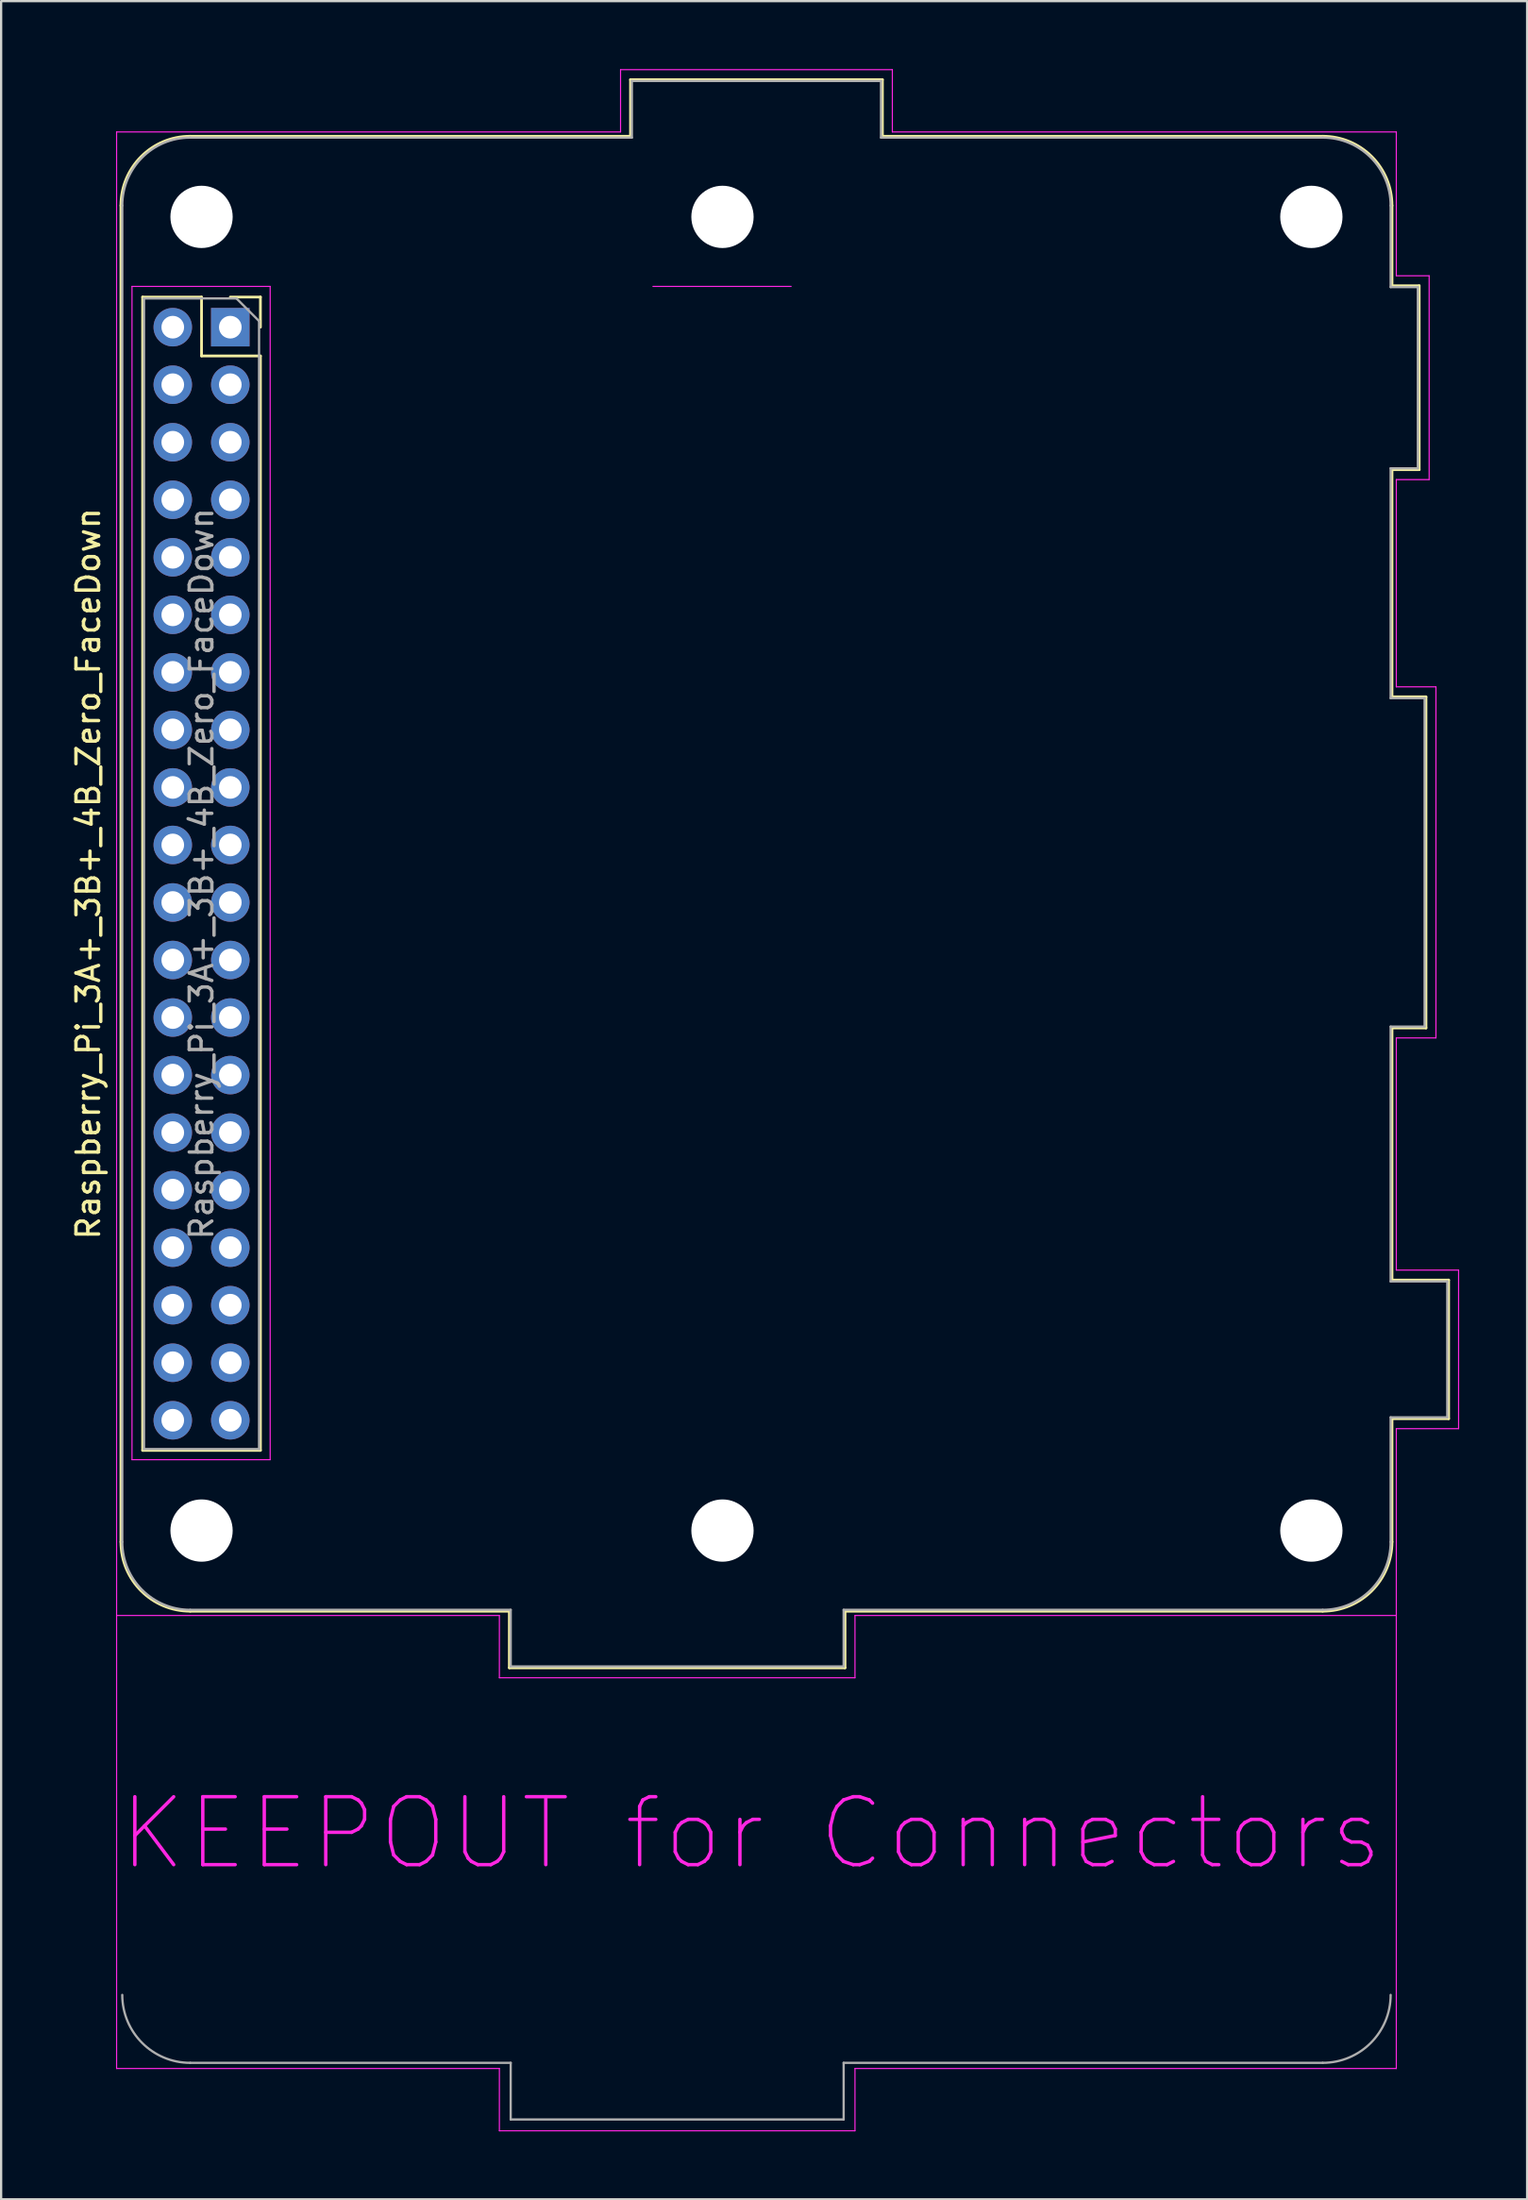
<source format=kicad_pcb>
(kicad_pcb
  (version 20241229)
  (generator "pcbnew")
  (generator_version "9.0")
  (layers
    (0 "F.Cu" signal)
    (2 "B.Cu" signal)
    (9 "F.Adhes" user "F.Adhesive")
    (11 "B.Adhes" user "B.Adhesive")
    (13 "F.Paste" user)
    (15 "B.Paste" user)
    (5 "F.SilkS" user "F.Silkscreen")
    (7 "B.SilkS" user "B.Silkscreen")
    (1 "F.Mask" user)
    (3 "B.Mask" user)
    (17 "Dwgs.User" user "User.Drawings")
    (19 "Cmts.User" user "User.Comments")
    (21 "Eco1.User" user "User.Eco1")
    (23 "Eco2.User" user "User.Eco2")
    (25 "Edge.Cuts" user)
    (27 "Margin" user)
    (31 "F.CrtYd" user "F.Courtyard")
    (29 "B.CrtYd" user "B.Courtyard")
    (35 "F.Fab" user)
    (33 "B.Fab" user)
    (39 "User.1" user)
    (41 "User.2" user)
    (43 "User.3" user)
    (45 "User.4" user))
  (footprint "Raspberry_Pi_3A+_3B+_4B_Zero_FaceDown"
    (layer "F.Cu")
    (at 7.118 11.395)
    (property "Reference" "Raspberry_Pi_3A+_3B+_4B_Zero_FaceDown" (at -6.27 24.13 90) (layer "F.SilkS") (effects (font (size 1 1) (thickness 0.15))))
    (attr through_hole)
    (fp_line (start -4.83 53.63) (end -4.83 -5.37) (stroke (width 0.12) (type solid)) (layer "F.SilkS"))
    (fp_line (start -3.87 -1.33) (end -3.87 49.59) (stroke (width 0.12) (type solid)) (layer "F.SilkS"))
    (fp_line (start -3.87 -1.33) (end -1.27 -1.33) (stroke (width 0.12) (type solid)) (layer "F.SilkS"))
    (fp_line (start -3.87 49.59) (end 1.33 49.59) (stroke (width 0.12) (type solid)) (layer "F.SilkS"))
    (fp_line (start -1.77 -8.43) (end 17.67 -8.43) (stroke (width 0.12) (type solid)) (layer "F.SilkS"))
    (fp_line (start -1.77 56.69) (end 12.32 56.69) (stroke (width 0.12) (type solid)) (layer "F.SilkS"))
    (fp_line (start -1.27 -1.33) (end -1.27 1.27) (stroke (width 0.12) (type solid)) (layer "F.SilkS"))
    (fp_line (start -1.27 1.27) (end 1.33 1.27) (stroke (width 0.12) (type solid)) (layer "F.SilkS"))
    (fp_line (start 0 -1.33) (end 1.33 -1.33) (stroke (width 0.12) (type solid)) (layer "F.SilkS"))
    (fp_line (start 1.33 -1.33) (end 1.33 0) (stroke (width 0.12) (type solid)) (layer "F.SilkS"))
    (fp_line (start 1.33 1.27) (end 1.33 49.59) (stroke (width 0.12) (type solid)) (layer "F.SilkS"))
    (fp_line (start 12.32 56.69) (end 12.32 59.19) (stroke (width 0.12) (type solid)) (layer "F.SilkS"))
    (fp_line (start 12.32 59.19) (end 27.14 59.19) (stroke (width 0.12) (type solid)) (layer "F.SilkS"))
    (fp_line (start 17.67 -10.93) (end 17.67 -8.43) (stroke (width 0.12) (type solid)) (layer "F.SilkS"))
    (fp_line (start 27.14 56.69) (end 48.23 56.69) (stroke (width 0.12) (type solid)) (layer "F.SilkS"))
    (fp_line (start 27.14 59.19) (end 27.14 56.69) (stroke (width 0.12) (type solid)) (layer "F.SilkS"))
    (fp_line (start 28.79 -10.93) (end 17.67 -10.93) (stroke (width 0.12) (type solid)) (layer "F.SilkS"))
    (fp_line (start 28.79 -8.43) (end 28.79 -10.93) (stroke (width 0.12) (type solid)) (layer "F.SilkS"))
    (fp_line (start 48.23 -8.43) (end 28.79 -8.43) (stroke (width 0.12) (type solid)) (layer "F.SilkS"))
    (fp_line (start 51.29 -5.37) (end 51.29 -1.83) (stroke (width 0.12) (type solid)) (layer "F.SilkS"))
    (fp_line (start 51.29 -1.83) (end 52.49 -1.83) (stroke (width 0.12) (type solid)) (layer "F.SilkS"))
    (fp_line (start 51.29 6.29) (end 51.29 16.32) (stroke (width 0.12) (type solid)) (layer "F.SilkS"))
    (fp_line (start 51.29 16.32) (end 52.79 16.32) (stroke (width 0.12) (type solid)) (layer "F.SilkS"))
    (fp_line (start 51.29 30.94) (end 51.29 42.07) (stroke (width 0.12) (type solid)) (layer "F.SilkS"))
    (fp_line (start 51.29 42.07) (end 53.79 42.07) (stroke (width 0.12) (type solid)) (layer "F.SilkS"))
    (fp_line (start 51.29 48.19) (end 51.29 53.63) (stroke (width 0.12) (type solid)) (layer "F.SilkS"))
    (fp_line (start 52.49 -1.83) (end 52.49 6.29) (stroke (width 0.12) (type solid)) (layer "F.SilkS"))
    (fp_line (start 52.49 6.29) (end 51.29 6.29) (stroke (width 0.12) (type solid)) (layer "F.SilkS"))
    (fp_line (start 52.79 16.32) (end 52.79 30.94) (stroke (width 0.12) (type solid)) (layer "F.SilkS"))
    (fp_line (start 52.79 30.94) (end 51.29 30.94) (stroke (width 0.12) (type solid)) (layer "F.SilkS"))
    (fp_line (start 53.79 42.07) (end 53.79 48.19) (stroke (width 0.12) (type solid)) (layer "F.SilkS"))
    (fp_line (start 53.79 48.19) (end 51.29 48.19) (stroke (width 0.12) (type solid)) (layer "F.SilkS"))
    (fp_arc (start -4.83 -5.37) (mid -3.933747 -7.533747) (end -1.77 -8.43) (stroke (width 0.12) (type solid)) (layer "F.SilkS"))
    (fp_arc (start -1.77 56.69) (mid -3.933747 55.793747) (end -4.83 53.63) (stroke (width 0.12) (type solid)) (layer "F.SilkS"))
    (fp_arc (start 48.23 -8.43) (mid 50.393747 -7.533747) (end 51.29 -5.37) (stroke (width 0.12) (type solid)) (layer "F.SilkS"))
    (fp_arc (start 51.29 53.63) (mid 50.393747 55.793747) (end 48.23 56.69) (stroke (width 0.12) (type solid)) (layer "F.SilkS"))
    (fp_line (start -5.02 -8.62) (end 17.23 -8.62) (stroke (width 0.05) (type solid)) (layer "F.CrtYd"))
    (fp_line (start -5.02 76.88) (end -5.02 -8.62) (stroke (width 0.05) (type solid)) (layer "F.CrtYd"))
    (fp_line (start -4.34 -1.8) (end 1.76 -1.8) (stroke (width 0.05) (type solid)) (layer "F.CrtYd"))
    (fp_line (start -4.34 50) (end -4.34 -1.8) (stroke (width 0.05) (type solid)) (layer "F.CrtYd"))
    (fp_line (start 1.76 -1.8) (end 1.76 50) (stroke (width 0.05) (type solid)) (layer "F.CrtYd"))
    (fp_line (start 1.76 50) (end -4.34 50) (stroke (width 0.05) (type solid)) (layer "F.CrtYd"))
    (fp_line (start 11.88 56.88) (end -5.02 56.88) (stroke (width 0.05) (type solid)) (layer "F.CrtYd"))
    (fp_line (start 11.88 59.63) (end 11.88 56.88) (stroke (width 0.05) (type solid)) (layer "F.CrtYd"))
    (fp_line (start 11.88 76.88) (end -5.02 76.88) (stroke (width 0.05) (type solid)) (layer "F.CrtYd"))
    (fp_line (start 11.88 79.63) (end 11.88 76.88) (stroke (width 0.05) (type solid)) (layer "F.CrtYd"))
    (fp_line (start 17.23 -11.37) (end 29.23 -11.37) (stroke (width 0.05) (type solid)) (layer "F.CrtYd"))
    (fp_line (start 17.23 -8.62) (end 17.23 -11.37) (stroke (width 0.05) (type solid)) (layer "F.CrtYd"))
    (fp_line (start 18.66 -1.8) (end 24.76 -1.8) (stroke (width 0.05) (type solid)) (layer "F.CrtYd"))
    (fp_line (start 27.58 56.88) (end 27.58 59.63) (stroke (width 0.05) (type solid)) (layer "F.CrtYd"))
    (fp_line (start 27.58 59.63) (end 11.88 59.63) (stroke (width 0.05) (type solid)) (layer "F.CrtYd"))
    (fp_line (start 27.58 76.88) (end 27.58 79.63) (stroke (width 0.05) (type solid)) (layer "F.CrtYd"))
    (fp_line (start 27.58 79.63) (end 11.88 79.63) (stroke (width 0.05) (type solid)) (layer "F.CrtYd"))
    (fp_line (start 29.23 -11.37) (end 29.23 -8.62) (stroke (width 0.05) (type solid)) (layer "F.CrtYd"))
    (fp_line (start 29.23 -8.62) (end 51.48 -8.62) (stroke (width 0.05) (type solid)) (layer "F.CrtYd"))
    (fp_line (start 51.48 -8.62) (end 51.48 -2.27) (stroke (width 0.05) (type solid)) (layer "F.CrtYd"))
    (fp_line (start 51.48 -2.27) (end 52.93 -2.27) (stroke (width 0.05) (type solid)) (layer "F.CrtYd"))
    (fp_line (start 51.48 6.73) (end 51.48 15.88) (stroke (width 0.05) (type solid)) (layer "F.CrtYd"))
    (fp_line (start 51.48 15.88) (end 53.23 15.88) (stroke (width 0.05) (type solid)) (layer "F.CrtYd"))
    (fp_line (start 51.48 31.38) (end 51.48 41.63) (stroke (width 0.05) (type solid)) (layer "F.CrtYd"))
    (fp_line (start 51.48 41.63) (end 54.23 41.63) (stroke (width 0.05) (type solid)) (layer "F.CrtYd"))
    (fp_line (start 51.48 48.63) (end 51.48 76.88) (stroke (width 0.05) (type solid)) (layer "F.CrtYd"))
    (fp_line (start 51.48 56.88) (end 27.58 56.88) (stroke (width 0.05) (type solid)) (layer "F.CrtYd"))
    (fp_line (start 51.48 76.88) (end 27.58 76.88) (stroke (width 0.05) (type solid)) (layer "F.CrtYd"))
    (fp_line (start 52.93 -2.27) (end 52.93 6.73) (stroke (width 0.05) (type solid)) (layer "F.CrtYd"))
    (fp_line (start 52.93 6.73) (end 51.48 6.73) (stroke (width 0.05) (type solid)) (layer "F.CrtYd"))
    (fp_line (start 53.23 15.88) (end 53.23 31.38) (stroke (width 0.05) (type solid)) (layer "F.CrtYd"))
    (fp_line (start 53.23 31.38) (end 51.48 31.38) (stroke (width 0.05) (type solid)) (layer "F.CrtYd"))
    (fp_line (start 54.23 41.63) (end 54.23 48.63) (stroke (width 0.05) (type solid)) (layer "F.CrtYd"))
    (fp_line (start 54.23 48.63) (end 51.48 48.63) (stroke (width 0.05) (type solid)) (layer "F.CrtYd"))
    (fp_line (start -4.77 53.63) (end -4.77 -5.37) (stroke (width 0.1) (type solid)) (layer "F.Fab"))
    (fp_line (start -3.81 -1.27) (end 0.27 -1.27) (stroke (width 0.1) (type solid)) (layer "F.Fab"))
    (fp_line (start -3.81 49.53) (end -3.81 -1.27) (stroke (width 0.1) (type solid)) (layer "F.Fab"))
    (fp_line (start -1.77 -8.37) (end 17.73 -8.37) (stroke (width 0.1) (type solid)) (layer "F.Fab"))
    (fp_line (start 0.27 -1.27) (end 1.27 -0.27) (stroke (width 0.1) (type solid)) (layer "F.Fab"))
    (fp_line (start 1.27 -0.27) (end 1.27 49.53) (stroke (width 0.1) (type solid)) (layer "F.Fab"))
    (fp_line (start 1.27 49.53) (end -3.81 49.53) (stroke (width 0.1) (type solid)) (layer "F.Fab"))
    (fp_line (start 12.38 56.63) (end -1.77 56.63) (stroke (width 0.1) (type solid)) (layer "F.Fab"))
    (fp_line (start 12.38 59.13) (end 12.38 56.63) (stroke (width 0.1) (type solid)) (layer "F.Fab"))
    (fp_line (start 12.38 76.63) (end -1.77 76.63) (stroke (width 0.1) (type solid)) (layer "F.Fab"))
    (fp_line (start 12.38 79.13) (end 12.38 76.63) (stroke (width 0.1) (type solid)) (layer "F.Fab"))
    (fp_line (start 17.73 -10.87) (end 17.73 -8.37) (stroke (width 0.1) (type solid)) (layer "F.Fab"))
    (fp_line (start 27.08 56.63) (end 27.08 59.13) (stroke (width 0.1) (type solid)) (layer "F.Fab"))
    (fp_line (start 27.08 59.13) (end 12.38 59.13) (stroke (width 0.1) (type solid)) (layer "F.Fab"))
    (fp_line (start 27.08 76.63) (end 27.08 79.13) (stroke (width 0.1) (type solid)) (layer "F.Fab"))
    (fp_line (start 27.08 79.13) (end 12.38 79.13) (stroke (width 0.1) (type solid)) (layer "F.Fab"))
    (fp_line (start 28.73 -10.87) (end 17.73 -10.87) (stroke (width 0.1) (type solid)) (layer "F.Fab"))
    (fp_line (start 28.73 -8.37) (end 28.73 -10.87) (stroke (width 0.1) (type solid)) (layer "F.Fab"))
    (fp_line (start 48.23 -8.37) (end 28.73 -8.37) (stroke (width 0.1) (type solid)) (layer "F.Fab"))
    (fp_line (start 48.23 56.63) (end 27.08 56.63) (stroke (width 0.1) (type solid)) (layer "F.Fab"))
    (fp_line (start 48.23 76.63) (end 27.08 76.63) (stroke (width 0.1) (type solid)) (layer "F.Fab"))
    (fp_line (start 51.23 -5.37) (end 51.23 -1.77) (stroke (width 0.1) (type solid)) (layer "F.Fab"))
    (fp_line (start 51.23 -1.77) (end 52.43 -1.77) (stroke (width 0.1) (type solid)) (layer "F.Fab"))
    (fp_line (start 51.23 6.23) (end 51.23 16.38) (stroke (width 0.1) (type solid)) (layer "F.Fab"))
    (fp_line (start 51.23 16.38) (end 52.73 16.38) (stroke (width 0.1) (type solid)) (layer "F.Fab"))
    (fp_line (start 51.23 30.88) (end 51.23 42.13) (stroke (width 0.1) (type solid)) (layer "F.Fab"))
    (fp_line (start 51.23 42.13) (end 53.73 42.13) (stroke (width 0.1) (type solid)) (layer "F.Fab"))
    (fp_line (start 51.23 48.13) (end 51.23 53.63) (stroke (width 0.1) (type solid)) (layer "F.Fab"))
    (fp_line (start 52.43 -1.77) (end 52.43 6.23) (stroke (width 0.1) (type solid)) (layer "F.Fab"))
    (fp_line (start 52.43 6.23) (end 51.23 6.23) (stroke (width 0.1) (type solid)) (layer "F.Fab"))
    (fp_line (start 52.73 16.38) (end 52.73 30.88) (stroke (width 0.1) (type solid)) (layer "F.Fab"))
    (fp_line (start 52.73 30.88) (end 51.23 30.88) (stroke (width 0.1) (type solid)) (layer "F.Fab"))
    (fp_line (start 53.73 42.13) (end 53.73 48.13) (stroke (width 0.1) (type solid)) (layer "F.Fab"))
    (fp_line (start 53.73 48.13) (end 51.23 48.13) (stroke (width 0.1) (type solid)) (layer "F.Fab"))
    (fp_arc (start -4.77 -5.37) (mid -3.89132 -7.49132) (end -1.77 -8.37) (stroke (width 0.1) (type solid)) (layer "F.Fab"))
    (fp_arc (start -1.77 56.63) (mid -3.89132 55.75132) (end -4.77 53.63) (stroke (width 0.1) (type solid)) (layer "F.Fab"))
    (fp_arc (start -1.77 76.63) (mid -3.89132 75.75132) (end -4.77 73.63) (stroke (width 0.1) (type solid)) (layer "F.Fab"))
    (fp_arc (start 48.23 -8.37) (mid 50.35132 -7.49132) (end 51.23 -5.37) (stroke (width 0.1) (type solid)) (layer "F.Fab"))
    (fp_arc (start 51.23 53.63) (mid 50.35132 55.75132) (end 48.23 56.63) (stroke (width 0.1) (type solid)) (layer "F.Fab"))
    (fp_arc (start 51.23 73.63) (mid 50.35132 75.75132) (end 48.23 76.63) (stroke (width 0.1) (type solid)) (layer "F.Fab"))
    (fp_text user "KEEPOUT for Connectors" (at 23 66.5 0) (layer "F.CrtYd") (effects (font (size 3 3) (thickness 0.15))))
    (fp_text user "${REFERENCE}" (at -1.27 24.13 90) (layer "F.Fab") (effects (font (size 1 1) (thickness 0.15))))
    (pad "" np_thru_hole circle (at -1.27 -4.87 90) (size 2.75 2.75) (drill 2.75) (layers "*.Cu" "*.Mask"))
    (pad "" np_thru_hole circle (at -1.27 53.13 90) (size 2.75 2.75) (drill 2.75) (layers "*.Cu" "*.Mask"))
    (pad "" np_thru_hole circle (at 21.73 -4.87 90) (size 2.75 2.75) (drill 2.75) (layers "*.Cu" "*.Mask"))
    (pad "" np_thru_hole circle (at 21.73 53.13 90) (size 2.75 2.75) (drill 2.75) (layers "*.Cu" "*.Mask"))
    (pad "" np_thru_hole circle (at 47.73 -4.87 90) (size 2.75 2.75) (drill 2.75) (layers "*.Cu" "*.Mask"))
    (pad "" np_thru_hole circle (at 47.73 53.13 90) (size 2.75 2.75) (drill 2.75) (layers "*.Cu" "*.Mask"))
    (pad "1" thru_hole rect (at 0 0) (size 1.7 1.7) (drill 1) (layers "*.Cu" "*.Mask"))
    (pad "2" thru_hole oval (at -2.54 0) (size 1.7 1.7) (drill 1) (layers "*.Cu" "*.Mask"))
    (pad "3" thru_hole oval (at 0 2.54) (size 1.7 1.7) (drill 1) (layers "*.Cu" "*.Mask"))
    (pad "4" thru_hole oval (at -2.54 2.54) (size 1.7 1.7) (drill 1) (layers "*.Cu" "*.Mask"))
    (pad "5" thru_hole oval (at 0 5.08) (size 1.7 1.7) (drill 1) (layers "*.Cu" "*.Mask"))
    (pad "6" thru_hole oval (at -2.54 5.08) (size 1.7 1.7) (drill 1) (layers "*.Cu" "*.Mask"))
    (pad "7" thru_hole oval (at 0 7.62) (size 1.7 1.7) (drill 1) (layers "*.Cu" "*.Mask"))
    (pad "8" thru_hole oval (at -2.54 7.62) (size 1.7 1.7) (drill 1) (layers "*.Cu" "*.Mask"))
    (pad "9" thru_hole oval (at 0 10.16) (size 1.7 1.7) (drill 1) (layers "*.Cu" "*.Mask"))
    (pad "10" thru_hole oval (at -2.54 10.16) (size 1.7 1.7) (drill 1) (layers "*.Cu" "*.Mask"))
    (pad "11" thru_hole oval (at 0 12.7) (size 1.7 1.7) (drill 1) (layers "*.Cu" "*.Mask"))
    (pad "12" thru_hole oval (at -2.54 12.7) (size 1.7 1.7) (drill 1) (layers "*.Cu" "*.Mask"))
    (pad "13" thru_hole oval (at 0 15.24) (size 1.7 1.7) (drill 1) (layers "*.Cu" "*.Mask"))
    (pad "14" thru_hole oval (at -2.54 15.24) (size 1.7 1.7) (drill 1) (layers "*.Cu" "*.Mask"))
    (pad "15" thru_hole oval (at 0 17.78) (size 1.7 1.7) (drill 1) (layers "*.Cu" "*.Mask"))
    (pad "16" thru_hole oval (at -2.54 17.78) (size 1.7 1.7) (drill 1) (layers "*.Cu" "*.Mask"))
    (pad "17" thru_hole oval (at 0 20.32) (size 1.7 1.7) (drill 1) (layers "*.Cu" "*.Mask"))
    (pad "18" thru_hole oval (at -2.54 20.32) (size 1.7 1.7) (drill 1) (layers "*.Cu" "*.Mask"))
    (pad "19" thru_hole oval (at 0 22.86) (size 1.7 1.7) (drill 1) (layers "*.Cu" "*.Mask"))
    (pad "20" thru_hole oval (at -2.54 22.86) (size 1.7 1.7) (drill 1) (layers "*.Cu" "*.Mask"))
    (pad "21" thru_hole oval (at 0 25.4) (size 1.7 1.7) (drill 1) (layers "*.Cu" "*.Mask"))
    (pad "22" thru_hole oval (at -2.54 25.4) (size 1.7 1.7) (drill 1) (layers "*.Cu" "*.Mask"))
    (pad "23" thru_hole oval (at 0 27.94) (size 1.7 1.7) (drill 1) (layers "*.Cu" "*.Mask"))
    (pad "24" thru_hole oval (at -2.54 27.94) (size 1.7 1.7) (drill 1) (layers "*.Cu" "*.Mask"))
    (pad "25" thru_hole oval (at 0 30.48) (size 1.7 1.7) (drill 1) (layers "*.Cu" "*.Mask"))
    (pad "26" thru_hole oval (at -2.54 30.48) (size 1.7 1.7) (drill 1) (layers "*.Cu" "*.Mask"))
    (pad "27" thru_hole oval (at 0 33.02) (size 1.7 1.7) (drill 1) (layers "*.Cu" "*.Mask"))
    (pad "28" thru_hole oval (at -2.54 33.02) (size 1.7 1.7) (drill 1) (layers "*.Cu" "*.Mask"))
    (pad "29" thru_hole oval (at 0 35.56) (size 1.7 1.7) (drill 1) (layers "*.Cu" "*.Mask"))
    (pad "30" thru_hole oval (at -2.54 35.56) (size 1.7 1.7) (drill 1) (layers "*.Cu" "*.Mask"))
    (pad "31" thru_hole oval (at 0 38.1) (size 1.7 1.7) (drill 1) (layers "*.Cu" "*.Mask"))
    (pad "32" thru_hole oval (at -2.54 38.1) (size 1.7 1.7) (drill 1) (layers "*.Cu" "*.Mask"))
    (pad "33" thru_hole oval (at 0 40.64) (size 1.7 1.7) (drill 1) (layers "*.Cu" "*.Mask"))
    (pad "34" thru_hole oval (at -2.54 40.64) (size 1.7 1.7) (drill 1) (layers "*.Cu" "*.Mask"))
    (pad "35" thru_hole oval (at 0 43.18) (size 1.7 1.7) (drill 1) (layers "*.Cu" "*.Mask"))
    (pad "36" thru_hole oval (at -2.54 43.18) (size 1.7 1.7) (drill 1) (layers "*.Cu" "*.Mask"))
    (pad "37" thru_hole oval (at 0 45.72) (size 1.7 1.7) (drill 1) (layers "*.Cu" "*.Mask"))
    (pad "38" thru_hole oval (at -2.54 45.72) (size 1.7 1.7) (drill 1) (layers "*.Cu" "*.Mask"))
    (pad "39" thru_hole oval (at 0 48.26) (size 1.7 1.7) (drill 1) (layers "*.Cu" "*.Mask"))
    (pad "40" thru_hole oval (at -2.54 48.26) (size 1.7 1.7) (drill 1) (layers "*.Cu" "*.Mask")))
  (gr_rect
    (start -3 -3)
    (end 64.373 94.05)
    (stroke (width 0.1) (type default))
    (fill no)
    (layer "Edge.Cuts")))
</source>
